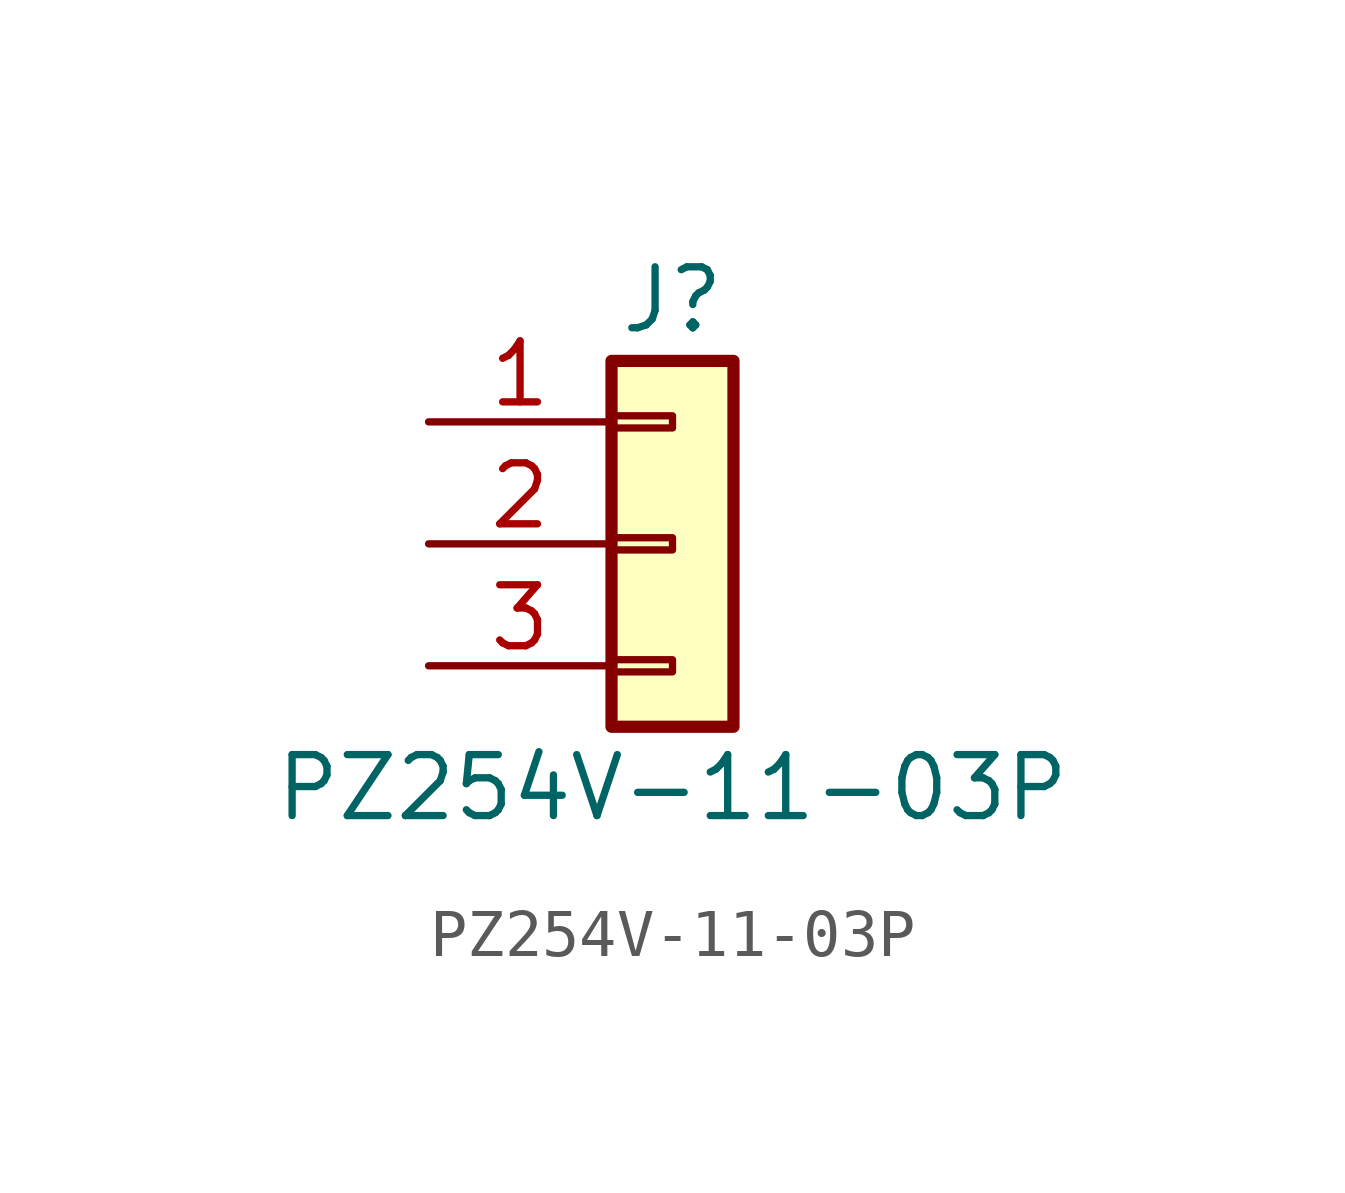
<source format=kicad_sym>
(kicad_symbol_lib
  (version 20241209)
  (generator "kicad_symbol_editor")
  (generator_version "9.0")
  (symbol "PZ254V-11-03P"
    (pin_names
      (offset 1.016)
      (hide yes))
    (property "Reference" "J"
      (at 0 5.08 0)
      (effects (font (size 1.27 1.27))))
    (property "Value" "PZ254V-11-03P"
      (at 0 -5.08 0)
      (effects (font (size 1.27 1.27))))
    (symbol "PZ254V-11-03P_1_1"
      (rectangle (start -1.27 3.81) (end 1.27 -3.81) (stroke (width 0.254) (type default)) (fill (type background)))
      (rectangle (start -1.27 2.667) (end 0 2.413) (stroke (width 0.152) (type default)) (fill (type none)))
      (rectangle (start -1.27 0.127) (end 0 -0.127) (stroke (width 0.152) (type default)) (fill (type none)))
      (rectangle (start -1.27 -2.413) (end 0 -2.667) (stroke (width 0.152) (type default)) (fill (type none)))
      (pin passive line (at -5.08 2.54 0) (length 3.81) (name "Pin_1" (effects (font (size 1.27 1.27)))) (number "1" (effects (font (size 1.27 1.27)))))
      (pin passive line (at -5.08 0 0) (length 3.81) (name "Pin_2" (effects (font (size 1.27 1.27)))) (number "2" (effects (font (size 1.27 1.27)))))
      (pin passive line (at -5.08 -2.54 0) (length 3.81) (name "Pin_3" (effects (font (size 1.27 1.27)))) (number "3" (effects (font (size 1.27 1.27))))))))
</source>
